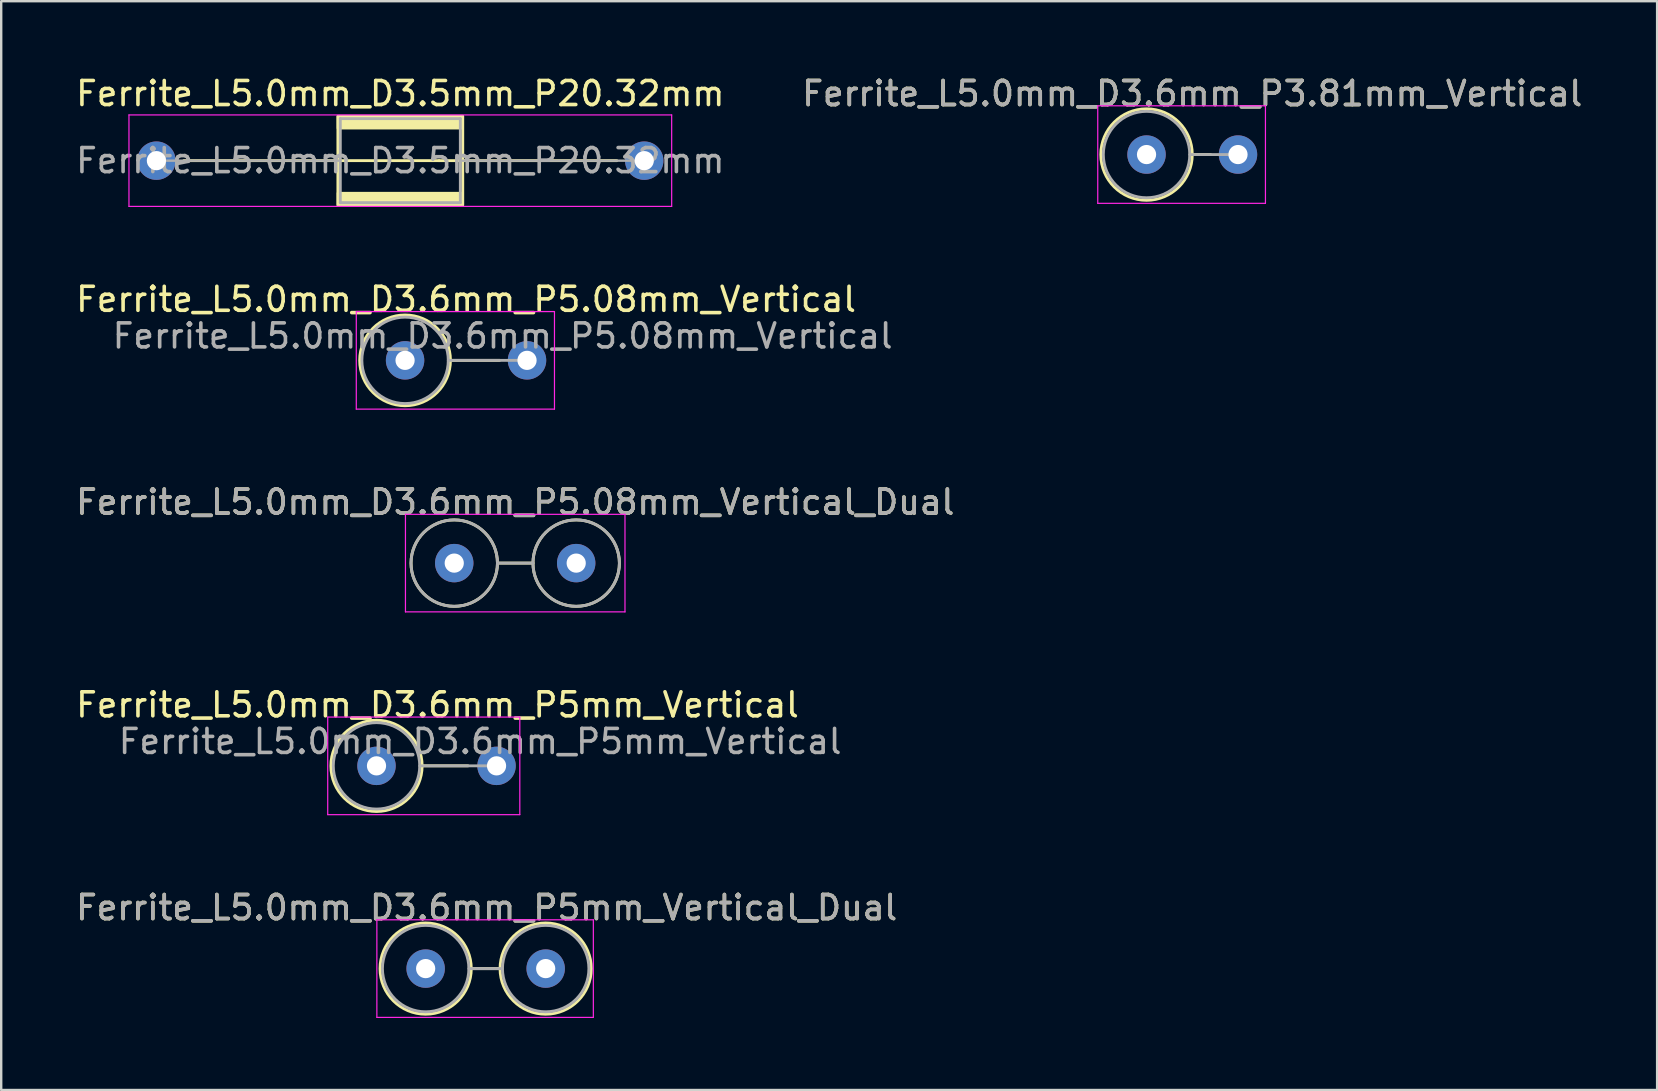
<source format=kicad_pcb>
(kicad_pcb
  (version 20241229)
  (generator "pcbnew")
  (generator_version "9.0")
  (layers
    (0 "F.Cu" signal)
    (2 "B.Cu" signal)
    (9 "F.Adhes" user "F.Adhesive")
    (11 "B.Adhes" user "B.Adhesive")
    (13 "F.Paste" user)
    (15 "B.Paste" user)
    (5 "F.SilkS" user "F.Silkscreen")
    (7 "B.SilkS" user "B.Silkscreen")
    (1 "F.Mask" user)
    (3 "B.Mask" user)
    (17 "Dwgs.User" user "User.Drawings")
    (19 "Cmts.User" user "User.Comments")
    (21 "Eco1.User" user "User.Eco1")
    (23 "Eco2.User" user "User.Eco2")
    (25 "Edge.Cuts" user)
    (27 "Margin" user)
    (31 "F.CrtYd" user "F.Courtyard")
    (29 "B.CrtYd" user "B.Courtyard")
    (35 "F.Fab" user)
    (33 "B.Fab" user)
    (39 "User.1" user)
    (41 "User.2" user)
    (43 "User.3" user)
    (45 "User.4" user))
  (footprint "Ferrite_L5.0mm_D3.5mm_P20.32mm"
    (layer "F.Cu")
    (at 3.465 3.642)
    (property "Reference" "Ferrite_L5.0mm_D3.5mm_P20.32mm" (at 10.16 -2.794 0) (layer "F.SilkS") (effects (font (size 1 1) (thickness 0.15))))
    (fp_line (start 11.774 0.000002) (end 1.143 0) (stroke (width 0.12) (type solid)) (layer "F.SilkS"))
    (fp_line (start 11.774 0.000002) (end 19.177 0) (stroke (width 0.12) (type solid)) (layer "F.SilkS"))
    (fp_rect (start 7.56 -1.85) (end 12.76 1.85) (stroke (width 0.12) (type solid)) (fill no) (layer "F.SilkS"))
    (fp_poly (pts (xy 7.56 1.35) (xy 12.76 1.35) (xy 12.76 1.85) (xy 7.56 1.85)) (stroke (width 0.1) (type solid)) (fill yes) (layer "F.SilkS"))
    (fp_poly (pts (xy 12.76 -1.35) (xy 7.56 -1.35) (xy 7.56 -1.85) (xy 12.76 -1.85)) (stroke (width 0.1) (type solid)) (fill yes) (layer "F.SilkS"))
    (fp_line (start -1.143 -1.905) (end 21.463 -1.905) (stroke (width 0.05) (type solid)) (layer "F.CrtYd"))
    (fp_line (start -1.143 1.905) (end -1.143 -1.905) (stroke (width 0.05) (type solid)) (layer "F.CrtYd"))
    (fp_line (start 21.463 -1.905) (end 21.463 1.905) (stroke (width 0.05) (type solid)) (layer "F.CrtYd"))
    (fp_line (start 21.463 1.905) (end -1.143 1.905) (stroke (width 0.05) (type solid)) (layer "F.CrtYd"))
    (fp_line (start 0 0) (end 7.66 0) (stroke (width 0.1) (type solid)) (layer "F.Fab"))
    (fp_line (start 7.66 -1.75) (end 12.66 -1.75) (stroke (width 0.12) (type solid)) (layer "F.Fab"))
    (fp_line (start 7.66 1.75) (end 7.66 -1.75) (stroke (width 0.12) (type solid)) (layer "F.Fab"))
    (fp_line (start 12.66 -1.75) (end 12.66 1.75) (stroke (width 0.12) (type solid)) (layer "F.Fab"))
    (fp_line (start 12.66 1.75) (end 7.66 1.75) (stroke (width 0.12) (type solid)) (layer "F.Fab"))
    (fp_line (start 20.32 0) (end 12.66 0) (stroke (width 0.1) (type solid)) (layer "F.Fab"))
    (fp_text user "${REFERENCE}" (at 10.16 0 0) (layer "F.Fab") (effects (font (size 1 1) (thickness 0.15))))
    (pad "1" thru_hole circle (at 0 0) (size 1.6 1.6) (drill 0.8) (layers "*.Cu" "*.Mask"))
    (pad "2" thru_hole circle (at 20.32 0) (size 1.6 1.6) (drill 0.8) (layers "*.Cu" "*.Mask")))
  (footprint "Ferrite_L5.0mm_D3.6mm_P5mm_Vertical_Dual"
    (layer "F.Cu")
    (at 14.68 37.296)
    (property "Reference" "Ferrite_L5.0mm_D3.6mm_P5mm_Vertical_Dual" (at 2.54 -2.54 0) (layer "F.SilkS") (effects (font (size 1 1) (thickness 0.15))))
    (fp_line (start 3.1 0) (end 1.9 0) (stroke (width 0.12) (type solid)) (layer "F.SilkS"))
    (fp_circle (center 0 0) (end 1.9 0) (stroke (width 0.12) (type solid)) (fill no) (layer "F.SilkS"))
    (fp_circle (center 5 0) (end 6.9 0) (stroke (width 0.12) (type solid)) (fill no) (layer "F.SilkS"))
    (fp_line (start -2.032 -2.032) (end 6.985 -2.032) (stroke (width 0.05) (type solid)) (layer "F.CrtYd"))
    (fp_line (start -2.032 2.032) (end -2.032 -2.032) (stroke (width 0.05) (type solid)) (layer "F.CrtYd"))
    (fp_line (start 6.985 -2.032) (end 6.985 2.032) (stroke (width 0.05) (type solid)) (layer "F.CrtYd"))
    (fp_line (start 6.985 2.032) (end -2.032 2.032) (stroke (width 0.05) (type solid)) (layer "F.CrtYd"))
    (fp_line (start 3.2 0) (end 1.8 0) (stroke (width 0.12) (type solid)) (layer "F.Fab"))
    (fp_circle (center 0 0) (end 1.8 0) (stroke (width 0.12) (type solid)) (fill no) (layer "F.Fab"))
    (fp_circle (center 5 0) (end 6.8 0) (stroke (width 0.12) (type solid)) (fill no) (layer "F.Fab"))
    (fp_text user "${REFERENCE}" (at 2.54 -2.54 0) (layer "F.Fab") (effects (font (size 1 1) (thickness 0.15))))
    (pad "1" thru_hole circle (at 0 0) (size 1.6 1.6) (drill 0.8) (layers "*.Cu" "*.Mask"))
    (pad "2" thru_hole circle (at 5 0) (size 1.6 1.6) (drill 0.8) (layers "*.Cu" "*.Mask")))
  (footprint "Ferrite_L5.0mm_D3.6mm_P5.08mm_Vertical_Dual"
    (layer "F.Cu")
    (at 15.871 20.406)
    (property "Reference" "Ferrite_L5.0mm_D3.6mm_P5.08mm_Vertical_Dual" (at 2.54 -2.54 0) (layer "F.SilkS") (effects (font (size 1 1) (thickness 0.15))))
    (fp_line (start 3.28 0) (end 1.8 0) (stroke (width 0.12) (type solid)) (layer "F.SilkS"))
    (fp_circle (center 0 0) (end 1.8 0) (stroke (width 0.12) (type solid)) (fill no) (layer "F.SilkS"))
    (fp_circle (center 5.08 0) (end 6.88 0) (stroke (width 0.12) (type solid)) (fill no) (layer "F.SilkS"))
    (fp_line (start -2.032 -2.032) (end 7.112 -2.032) (stroke (width 0.05) (type solid)) (layer "F.CrtYd"))
    (fp_line (start -2.032 2.032) (end -2.032 -2.032) (stroke (width 0.05) (type solid)) (layer "F.CrtYd"))
    (fp_line (start 7.112 -2.032) (end 7.112 2.032) (stroke (width 0.05) (type solid)) (layer "F.CrtYd"))
    (fp_line (start 7.112 2.032) (end -2.032 2.032) (stroke (width 0.05) (type solid)) (layer "F.CrtYd"))
    (fp_line (start 3.28 0) (end 1.8 0) (stroke (width 0.12) (type solid)) (layer "F.Fab"))
    (fp_circle (center 0 0) (end 1.8 0) (stroke (width 0.12) (type solid)) (fill no) (layer "F.Fab"))
    (fp_circle (center 5.08 0) (end 6.88 0) (stroke (width 0.12) (type solid)) (fill no) (layer "F.Fab"))
    (fp_text user "${REFERENCE}" (at 2.54 -2.54 0) (layer "F.Fab") (effects (font (size 1 1) (thickness 0.15))))
    (pad "1" thru_hole circle (at 0 0) (size 1.6 1.6) (drill 0.8) (layers "*.Cu" "*.Mask"))
    (pad "2" thru_hole circle (at 5.08 0) (size 1.6 1.6) (drill 0.8) (layers "*.Cu" "*.Mask")))
  (footprint "Ferrite_L5.0mm_D3.6mm_P5.08mm_Vertical"
    (layer "F.Cu")
    (at 13.823 11.96)
    (property "Reference" "Ferrite_L5.0mm_D3.6mm_P5.08mm_Vertical" (at 2.54 -2.54 0) (layer "F.SilkS") (effects (font (size 1 1) (thickness 0.15))))
    (fp_line (start 3.937 0) (end 1.89 0) (stroke (width 0.12) (type solid)) (layer "F.SilkS"))
    (fp_circle (center 0 0) (end 1.89 0) (stroke (width 0.12) (type solid)) (fill no) (layer "F.SilkS"))
    (fp_line (start -2.032 -2.032) (end 6.223 -2.032) (stroke (width 0.05) (type solid)) (layer "F.CrtYd"))
    (fp_line (start -2.032 2.032) (end -2.032 -2.032) (stroke (width 0.05) (type solid)) (layer "F.CrtYd"))
    (fp_line (start 6.223 -2.032) (end 6.223 2.032) (stroke (width 0.05) (type solid)) (layer "F.CrtYd"))
    (fp_line (start 6.223 2.032) (end -2.032 2.032) (stroke (width 0.05) (type solid)) (layer "F.CrtYd"))
    (fp_line (start 5.08 0) (end 1.8 0) (stroke (width 0.12) (type solid)) (layer "F.Fab"))
    (fp_circle (center 0 0) (end 1.8 0) (stroke (width 0.12) (type solid)) (fill no) (layer "F.Fab"))
    (fp_text user "${REFERENCE}" (at 4.064 -1.016 0) (layer "F.Fab") (effects (font (size 1 1) (thickness 0.15))))
    (pad "1" thru_hole circle (at 0 0) (size 1.6 1.6) (drill 0.8) (layers "*.Cu" "*.Mask"))
    (pad "2" thru_hole circle (at 5.08 0) (size 1.6 1.6) (drill 0.8) (layers "*.Cu" "*.Mask")))
  (footprint "Ferrite_L5.0mm_D3.6mm_P3.81mm_Vertical"
    (layer "F.Cu")
    (at 44.708 3.388)
    (property "Reference" "Ferrite_L5.0mm_D3.6mm_P3.81mm_Vertical" (at 1.905 -2.54 0) (layer "F.SilkS") (effects (font (size 1 1) (thickness 0.15))))
    (fp_line (start 1.905 0) (end 2.667 0) (stroke (width 0.12) (type solid)) (layer "F.SilkS"))
    (fp_circle (center 0 0) (end 1.905 0) (stroke (width 0.12) (type solid)) (fill no) (layer "F.SilkS"))
    (fp_line (start -2.032 -2.032) (end 4.953 -2.032) (stroke (width 0.05) (type solid)) (layer "F.CrtYd"))
    (fp_line (start -2.032 2.032) (end -2.032 -2.032) (stroke (width 0.05) (type solid)) (layer "F.CrtYd"))
    (fp_line (start 4.953 -2.032) (end 4.953 2.032) (stroke (width 0.05) (type solid)) (layer "F.CrtYd"))
    (fp_line (start 4.953 2.032) (end -2.032 2.032) (stroke (width 0.05) (type solid)) (layer "F.CrtYd"))
    (fp_line (start 1.8 0) (end 3.81 0) (stroke (width 0.12) (type solid)) (layer "F.Fab"))
    (fp_circle (center 0 0) (end 1.8 0) (stroke (width 0.12) (type solid)) (fill no) (layer "F.Fab"))
    (fp_text user "${REFERENCE}" (at 1.905 -2.539 0) (layer "F.Fab") (effects (font (size 1 1) (thickness 0.15))))
    (pad "1" thru_hole circle (at 0 0) (size 1.6 1.6) (drill 0.8) (layers "*.Cu" "*.Mask"))
    (pad "2" thru_hole circle (at 3.81 0) (size 1.6 1.6) (drill 0.8) (layers "*.Cu" "*.Mask")))
  (footprint "Ferrite_L5.0mm_D3.6mm_P5mm_Vertical"
    (layer "F.Cu")
    (at 12.633 28.851)
    (property "Reference" "Ferrite_L5.0mm_D3.6mm_P5mm_Vertical" (at 2.54 -2.54 0) (layer "F.SilkS") (effects (font (size 1 1) (thickness 0.15))))
    (fp_line (start 3.81 0) (end 1.9 0) (stroke (width 0.12) (type solid)) (layer "F.SilkS"))
    (fp_circle (center 0 0) (end 1.9 0) (stroke (width 0.12) (type solid)) (fill no) (layer "F.SilkS"))
    (fp_line (start -2.032 -2.032) (end 5.969 -2.032) (stroke (width 0.05) (type solid)) (layer "F.CrtYd"))
    (fp_line (start -2.032 2.032) (end -2.032 -2.032) (stroke (width 0.05) (type solid)) (layer "F.CrtYd"))
    (fp_line (start 5.969 -2.032) (end 5.969 2.032) (stroke (width 0.05) (type solid)) (layer "F.CrtYd"))
    (fp_line (start 5.969 2.032) (end -2.032 2.032) (stroke (width 0.05) (type solid)) (layer "F.CrtYd"))
    (fp_line (start 5 0) (end 1.8 0) (stroke (width 0.12) (type solid)) (layer "F.Fab"))
    (fp_circle (center 0 0) (end 1.8 0) (stroke (width 0.12) (type solid)) (fill no) (layer "F.Fab"))
    (fp_text user "${REFERENCE}" (at 4.318 -1.016 0) (layer "F.Fab") (effects (font (size 1 1) (thickness 0.15))))
    (pad "1" thru_hole circle (at 0 0) (size 1.6 1.6) (drill 0.8) (layers "*.Cu" "*.Mask"))
    (pad "2" thru_hole circle (at 5 0) (size 1.6 1.6) (drill 0.8) (layers "*.Cu" "*.Mask")))
  (gr_rect
    (start -3 -3)
    (end 65.976 42.353)
    (stroke (width 0.1) (type default))
    (fill no)
    (layer "Edge.Cuts")))
</source>
